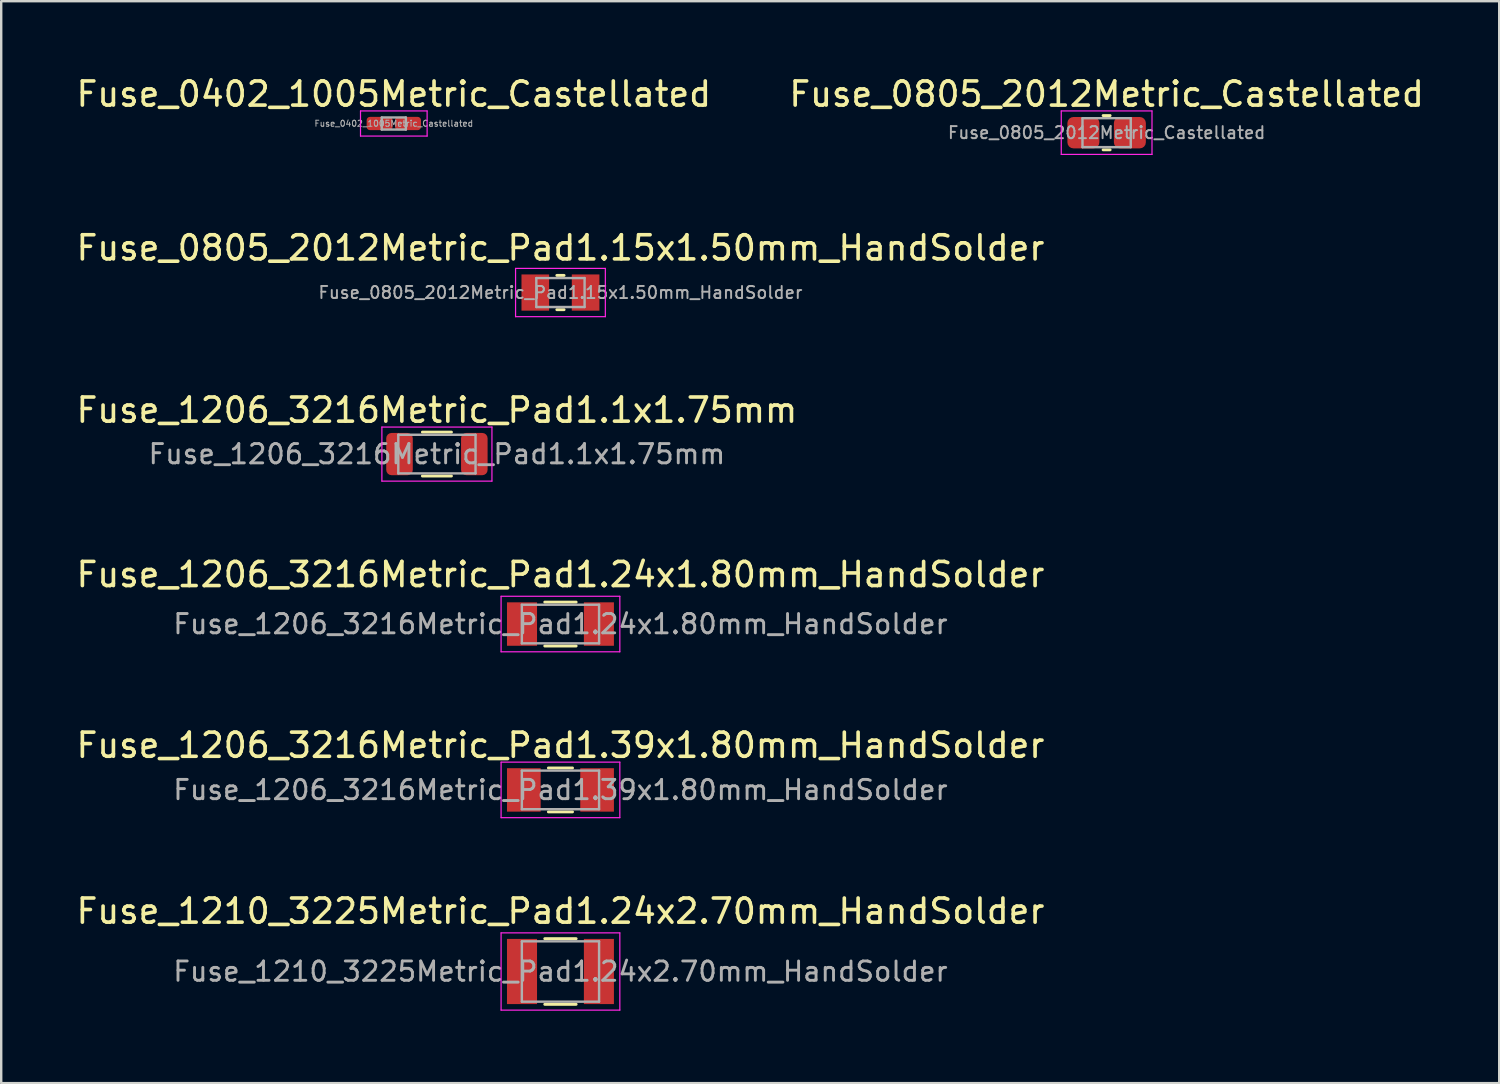
<source format=kicad_pcb>
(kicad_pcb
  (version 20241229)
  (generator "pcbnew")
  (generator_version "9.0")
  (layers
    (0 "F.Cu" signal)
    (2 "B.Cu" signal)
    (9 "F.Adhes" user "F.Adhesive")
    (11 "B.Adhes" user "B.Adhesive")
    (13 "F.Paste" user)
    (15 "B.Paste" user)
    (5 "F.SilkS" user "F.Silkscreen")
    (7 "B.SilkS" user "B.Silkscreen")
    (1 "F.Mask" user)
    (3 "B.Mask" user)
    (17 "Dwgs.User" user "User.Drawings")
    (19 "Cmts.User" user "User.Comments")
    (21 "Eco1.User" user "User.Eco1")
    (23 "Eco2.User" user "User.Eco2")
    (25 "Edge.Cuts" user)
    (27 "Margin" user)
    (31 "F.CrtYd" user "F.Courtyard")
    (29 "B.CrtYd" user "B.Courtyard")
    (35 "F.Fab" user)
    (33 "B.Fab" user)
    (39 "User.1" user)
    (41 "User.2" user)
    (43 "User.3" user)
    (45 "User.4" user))
  (footprint "Fuse_1206_3216Metric_Pad1.1x1.75mm"
    (layer "F.Cu")
    (at 15.054 15.765)
    (property "Reference" "Fuse_1206_3216Metric_Pad1.1x1.75mm" (at 0 -1.82 0) (layer "F.SilkS") (effects (font (size 1 1) (thickness 0.15))))
    (attr smd)
    (fp_line (start -0.602 -0.91) (end 0.602 -0.91) (stroke (width 0.12) (type solid)) (layer "F.SilkS"))
    (fp_line (start -0.602 0.91) (end 0.602 0.91) (stroke (width 0.12) (type solid)) (layer "F.SilkS"))
    (fp_line (start -2.28 -1.12) (end 2.28 -1.12) (stroke (width 0.05) (type solid)) (layer "F.CrtYd"))
    (fp_line (start -2.28 1.12) (end -2.28 -1.12) (stroke (width 0.05) (type solid)) (layer "F.CrtYd"))
    (fp_line (start 2.28 -1.12) (end 2.28 1.12) (stroke (width 0.05) (type solid)) (layer "F.CrtYd"))
    (fp_line (start 2.28 1.12) (end -2.28 1.12) (stroke (width 0.05) (type solid)) (layer "F.CrtYd"))
    (fp_line (start -1.6 -0.8) (end 1.6 -0.8) (stroke (width 0.1) (type solid)) (layer "F.Fab"))
    (fp_line (start -1.6 0.8) (end -1.6 -0.8) (stroke (width 0.1) (type solid)) (layer "F.Fab"))
    (fp_line (start 1.6 -0.8) (end 1.6 0.8) (stroke (width 0.1) (type solid)) (layer "F.Fab"))
    (fp_line (start 1.6 0.8) (end -1.6 0.8) (stroke (width 0.1) (type solid)) (layer "F.Fab"))
    (fp_text user "${REFERENCE}" (at 0 0 0) (layer "F.Fab") (effects (font (size 0.8 0.8) (thickness 0.12))))
    (pad "1" smd roundrect (at -1.55 0) (size 1.1 1.75) (layers "F.Cu" "F.Mask" "F.Paste") (roundrect_rratio 0.2))
    (pad "2" smd roundrect (at 1.55 0) (size 1.1 1.75) (layers "F.Cu" "F.Mask" "F.Paste") (roundrect_rratio 0.2)))
  (footprint "Fuse_0402_1005Metric_Castellated"
    (layer "F.Cu")
    (at 13.268 2.068)
    (property "Reference" "Fuse_0402_1005Metric_Castellated" (at 0 -1.22 0) (layer "F.SilkS") (effects (font (size 1 1) (thickness 0.15))))
    (attr smd)
    (fp_line (start -1.38 -0.52) (end 1.38 -0.52) (stroke (width 0.05) (type solid)) (layer "F.CrtYd"))
    (fp_line (start -1.38 0.52) (end -1.38 -0.52) (stroke (width 0.05) (type solid)) (layer "F.CrtYd"))
    (fp_line (start 1.38 -0.52) (end 1.38 0.52) (stroke (width 0.05) (type solid)) (layer "F.CrtYd"))
    (fp_line (start 1.38 0.52) (end -1.38 0.52) (stroke (width 0.05) (type solid)) (layer "F.CrtYd"))
    (fp_line (start -0.5 -0.25) (end 0.5 -0.25) (stroke (width 0.1) (type solid)) (layer "F.Fab"))
    (fp_line (start -0.5 0.25) (end -0.5 -0.25) (stroke (width 0.1) (type solid)) (layer "F.Fab"))
    (fp_line (start 0.5 -0.25) (end 0.5 0.25) (stroke (width 0.1) (type solid)) (layer "F.Fab"))
    (fp_line (start 0.5 0.25) (end -0.5 0.25) (stroke (width 0.1) (type solid)) (layer "F.Fab"))
    (fp_text user "${REFERENCE}" (at 0 0 0) (layer "F.Fab") (effects (font (size 0.25 0.25) (thickness 0.04))))
    (pad "1" smd roundrect (at -0.588 0) (size 1.075 0.55) (layers "F.Cu" "F.Mask" "F.Paste") (roundrect_rratio 0.25))
    (pad "2" smd roundrect (at 0.588 0) (size 1.075 0.55) (layers "F.Cu" "F.Mask" "F.Paste") (roundrect_rratio 0.25)))
  (footprint "Fuse_0805_2012Metric_Pad1.15x1.50mm_HandSolder"
    (layer "F.Cu")
    (at 20.173 9.072)
    (property "Reference" "Fuse_0805_2012Metric_Pad1.15x1.50mm_HandSolder" (at 0 -1.85 0) (layer "F.SilkS") (effects (font (size 1 1) (thickness 0.15))))
    (attr smd)
    (fp_line (start -0.15 -0.71) (end 0.15 -0.71) (stroke (width 0.12) (type solid)) (layer "F.SilkS"))
    (fp_line (start -0.15 0.71) (end 0.15 0.71) (stroke (width 0.12) (type solid)) (layer "F.SilkS"))
    (fp_line (start -1.86 -1) (end 1.86 -1) (stroke (width 0.05) (type solid)) (layer "F.CrtYd"))
    (fp_line (start -1.86 1) (end -1.86 -1) (stroke (width 0.05) (type solid)) (layer "F.CrtYd"))
    (fp_line (start 1.86 -1) (end 1.86 1) (stroke (width 0.05) (type solid)) (layer "F.CrtYd"))
    (fp_line (start 1.86 1) (end -1.86 1) (stroke (width 0.05) (type solid)) (layer "F.CrtYd"))
    (fp_line (start -1 -0.6) (end 1 -0.6) (stroke (width 0.1) (type solid)) (layer "F.Fab"))
    (fp_line (start -1 0.6) (end -1 -0.6) (stroke (width 0.1) (type solid)) (layer "F.Fab"))
    (fp_line (start 1 -0.6) (end 1 0.6) (stroke (width 0.1) (type solid)) (layer "F.Fab"))
    (fp_line (start 1 0.6) (end -1 0.6) (stroke (width 0.1) (type solid)) (layer "F.Fab"))
    (fp_text user "${REFERENCE}" (at 0 0 0) (layer "F.Fab") (effects (font (size 0.5 0.5) (thickness 0.08))))
    (pad "1" smd rect (at -1.042 0) (size 1.145 1.5) (layers "F.Cu" "F.Mask" "F.Paste"))
    (pad "2" smd rect (at 1.042 0) (size 1.145 1.5) (layers "F.Cu" "F.Mask" "F.Paste")))
  (footprint "Fuse_0805_2012Metric_Castellated"
    (layer "F.Cu")
    (at 42.804 2.448)
    (property "Reference" "Fuse_0805_2012Metric_Castellated" (at 0 -1.6 0) (layer "F.SilkS") (effects (font (size 1 1) (thickness 0.15))))
    (attr smd)
    (fp_line (start -0.145 -0.71) (end 0.145 -0.71) (stroke (width 0.12) (type solid)) (layer "F.SilkS"))
    (fp_line (start -0.145 0.71) (end 0.145 0.71) (stroke (width 0.12) (type solid)) (layer "F.SilkS"))
    (fp_line (start -1.88 -0.9) (end 1.88 -0.9) (stroke (width 0.05) (type solid)) (layer "F.CrtYd"))
    (fp_line (start -1.88 0.9) (end -1.88 -0.9) (stroke (width 0.05) (type solid)) (layer "F.CrtYd"))
    (fp_line (start 1.88 -0.9) (end 1.88 0.9) (stroke (width 0.05) (type solid)) (layer "F.CrtYd"))
    (fp_line (start 1.88 0.9) (end -1.88 0.9) (stroke (width 0.05) (type solid)) (layer "F.CrtYd"))
    (fp_line (start -1 -0.6) (end 1 -0.6) (stroke (width 0.1) (type solid)) (layer "F.Fab"))
    (fp_line (start -1 0.6) (end -1 -0.6) (stroke (width 0.1) (type solid)) (layer "F.Fab"))
    (fp_line (start 1 -0.6) (end 1 0.6) (stroke (width 0.1) (type solid)) (layer "F.Fab"))
    (fp_line (start 1 0.6) (end -1 0.6) (stroke (width 0.1) (type solid)) (layer "F.Fab"))
    (fp_text user "${REFERENCE}" (at 0 0 0) (layer "F.Fab") (effects (font (size 0.5 0.5) (thickness 0.08))))
    (pad "1" smd roundrect (at -0.963 0) (size 1.325 1.3) (layers "F.Cu" "F.Mask" "F.Paste") (roundrect_rratio 0.192))
    (pad "2" smd roundrect (at 0.963 0) (size 1.325 1.3) (layers "F.Cu" "F.Mask" "F.Paste") (roundrect_rratio 0.192)))
  (footprint "Fuse_1206_3216Metric_Pad1.24x1.80mm_HandSolder"
    (layer "F.Cu")
    (at 20.173 22.808)
    (property "Reference" "Fuse_1206_3216Metric_Pad1.24x1.80mm_HandSolder" (at 0 -2.05 0) (layer "F.SilkS") (effects (font (size 1 1) (thickness 0.15))))
    (attr smd)
    (fp_line (start -0.65 -0.91) (end 0.65 -0.91) (stroke (width 0.12) (type solid)) (layer "F.SilkS"))
    (fp_line (start -0.65 0.91) (end 0.65 0.91) (stroke (width 0.12) (type solid)) (layer "F.SilkS"))
    (fp_line (start -2.46 -1.15) (end 2.46 -1.15) (stroke (width 0.05) (type solid)) (layer "F.CrtYd"))
    (fp_line (start -2.46 1.15) (end -2.46 -1.15) (stroke (width 0.05) (type solid)) (layer "F.CrtYd"))
    (fp_line (start 2.46 -1.15) (end 2.46 1.15) (stroke (width 0.05) (type solid)) (layer "F.CrtYd"))
    (fp_line (start 2.46 1.15) (end -2.46 1.15) (stroke (width 0.05) (type solid)) (layer "F.CrtYd"))
    (fp_line (start -1.6 -0.8) (end 1.6 -0.8) (stroke (width 0.1) (type solid)) (layer "F.Fab"))
    (fp_line (start -1.6 0.8) (end -1.6 -0.8) (stroke (width 0.1) (type solid)) (layer "F.Fab"))
    (fp_line (start 1.6 -0.8) (end 1.6 0.8) (stroke (width 0.1) (type solid)) (layer "F.Fab"))
    (fp_line (start 1.6 0.8) (end -1.6 0.8) (stroke (width 0.1) (type solid)) (layer "F.Fab"))
    (fp_text user "${REFERENCE}" (at 0 0 0) (layer "F.Fab") (effects (font (size 0.8 0.8) (thickness 0.12))))
    (pad "1" smd rect (at -1.593 0) (size 1.245 1.8) (layers "F.Cu" "F.Mask" "F.Paste"))
    (pad "2" smd rect (at 1.593 0) (size 1.245 1.8) (layers "F.Cu" "F.Mask" "F.Paste")))
  (footprint "Fuse_1210_3225Metric_Pad1.24x2.70mm_HandSolder"
    (layer "F.Cu")
    (at 20.173 37.205)
    (property "Reference" "Fuse_1210_3225Metric_Pad1.24x2.70mm_HandSolder" (at 0 -2.5 0) (layer "F.SilkS") (effects (font (size 1 1) (thickness 0.15))))
    (attr smd)
    (fp_line (start -0.65 -1.36) (end 0.65 -1.36) (stroke (width 0.12) (type solid)) (layer "F.SilkS"))
    (fp_line (start -0.65 1.36) (end 0.65 1.36) (stroke (width 0.12) (type solid)) (layer "F.SilkS"))
    (fp_line (start -2.46 -1.6) (end 2.46 -1.6) (stroke (width 0.05) (type solid)) (layer "F.CrtYd"))
    (fp_line (start -2.46 1.6) (end -2.46 -1.6) (stroke (width 0.05) (type solid)) (layer "F.CrtYd"))
    (fp_line (start 2.46 -1.6) (end 2.46 1.6) (stroke (width 0.05) (type solid)) (layer "F.CrtYd"))
    (fp_line (start 2.46 1.6) (end -2.46 1.6) (stroke (width 0.05) (type solid)) (layer "F.CrtYd"))
    (fp_line (start -1.6 -1.25) (end 1.6 -1.25) (stroke (width 0.1) (type solid)) (layer "F.Fab"))
    (fp_line (start -1.6 1.25) (end -1.6 -1.25) (stroke (width 0.1) (type solid)) (layer "F.Fab"))
    (fp_line (start 1.6 -1.25) (end 1.6 1.25) (stroke (width 0.1) (type solid)) (layer "F.Fab"))
    (fp_line (start 1.6 1.25) (end -1.6 1.25) (stroke (width 0.1) (type solid)) (layer "F.Fab"))
    (fp_text user "${REFERENCE}" (at 0 0 0) (layer "F.Fab") (effects (font (size 0.8 0.8) (thickness 0.12))))
    (pad "1" smd rect (at -1.593 0) (size 1.245 2.7) (layers "F.Cu" "F.Mask" "F.Paste"))
    (pad "2" smd rect (at 1.593 0) (size 1.245 2.7) (layers "F.Cu" "F.Mask" "F.Paste")))
  (footprint "Fuse_1206_3216Metric_Pad1.39x1.80mm_HandSolder"
    (layer "F.Cu")
    (at 20.173 29.681)
    (property "Reference" "Fuse_1206_3216Metric_Pad1.39x1.80mm_HandSolder" (at 0 -1.85 0) (layer "F.SilkS") (effects (font (size 1 1) (thickness 0.15))))
    (attr smd)
    (fp_line (start -0.5 -0.91) (end 0.5 -0.91) (stroke (width 0.12) (type solid)) (layer "F.SilkS"))
    (fp_line (start -0.5 0.91) (end 0.5 0.91) (stroke (width 0.12) (type solid)) (layer "F.SilkS"))
    (fp_line (start -2.46 -1.15) (end 2.46 -1.15) (stroke (width 0.05) (type solid)) (layer "F.CrtYd"))
    (fp_line (start -2.46 1.15) (end -2.46 -1.15) (stroke (width 0.05) (type solid)) (layer "F.CrtYd"))
    (fp_line (start 2.46 -1.15) (end 2.46 1.15) (stroke (width 0.05) (type solid)) (layer "F.CrtYd"))
    (fp_line (start 2.46 1.15) (end -2.46 1.15) (stroke (width 0.05) (type solid)) (layer "F.CrtYd"))
    (fp_line (start -1.6 -0.8) (end 1.6 -0.8) (stroke (width 0.1) (type solid)) (layer "F.Fab"))
    (fp_line (start -1.6 0.8) (end -1.6 -0.8) (stroke (width 0.1) (type solid)) (layer "F.Fab"))
    (fp_line (start 1.6 -0.8) (end 1.6 0.8) (stroke (width 0.1) (type solid)) (layer "F.Fab"))
    (fp_line (start 1.6 0.8) (end -1.6 0.8) (stroke (width 0.1) (type solid)) (layer "F.Fab"))
    (fp_text user "${REFERENCE}" (at 0 0 0) (layer "F.Fab") (effects (font (size 0.8 0.8) (thickness 0.12))))
    (pad "1" smd rect (at -1.518 0) (size 1.395 1.8) (layers "F.Cu" "F.Mask" "F.Paste"))
    (pad "2" smd rect (at 1.518 0) (size 1.395 1.8) (layers "F.Cu" "F.Mask" "F.Paste")))
  (gr_rect
    (start -3 -3)
    (end 59.071 41.83)
    (stroke (width 0.1) (type default))
    (fill no)
    (layer "Edge.Cuts")))
</source>
